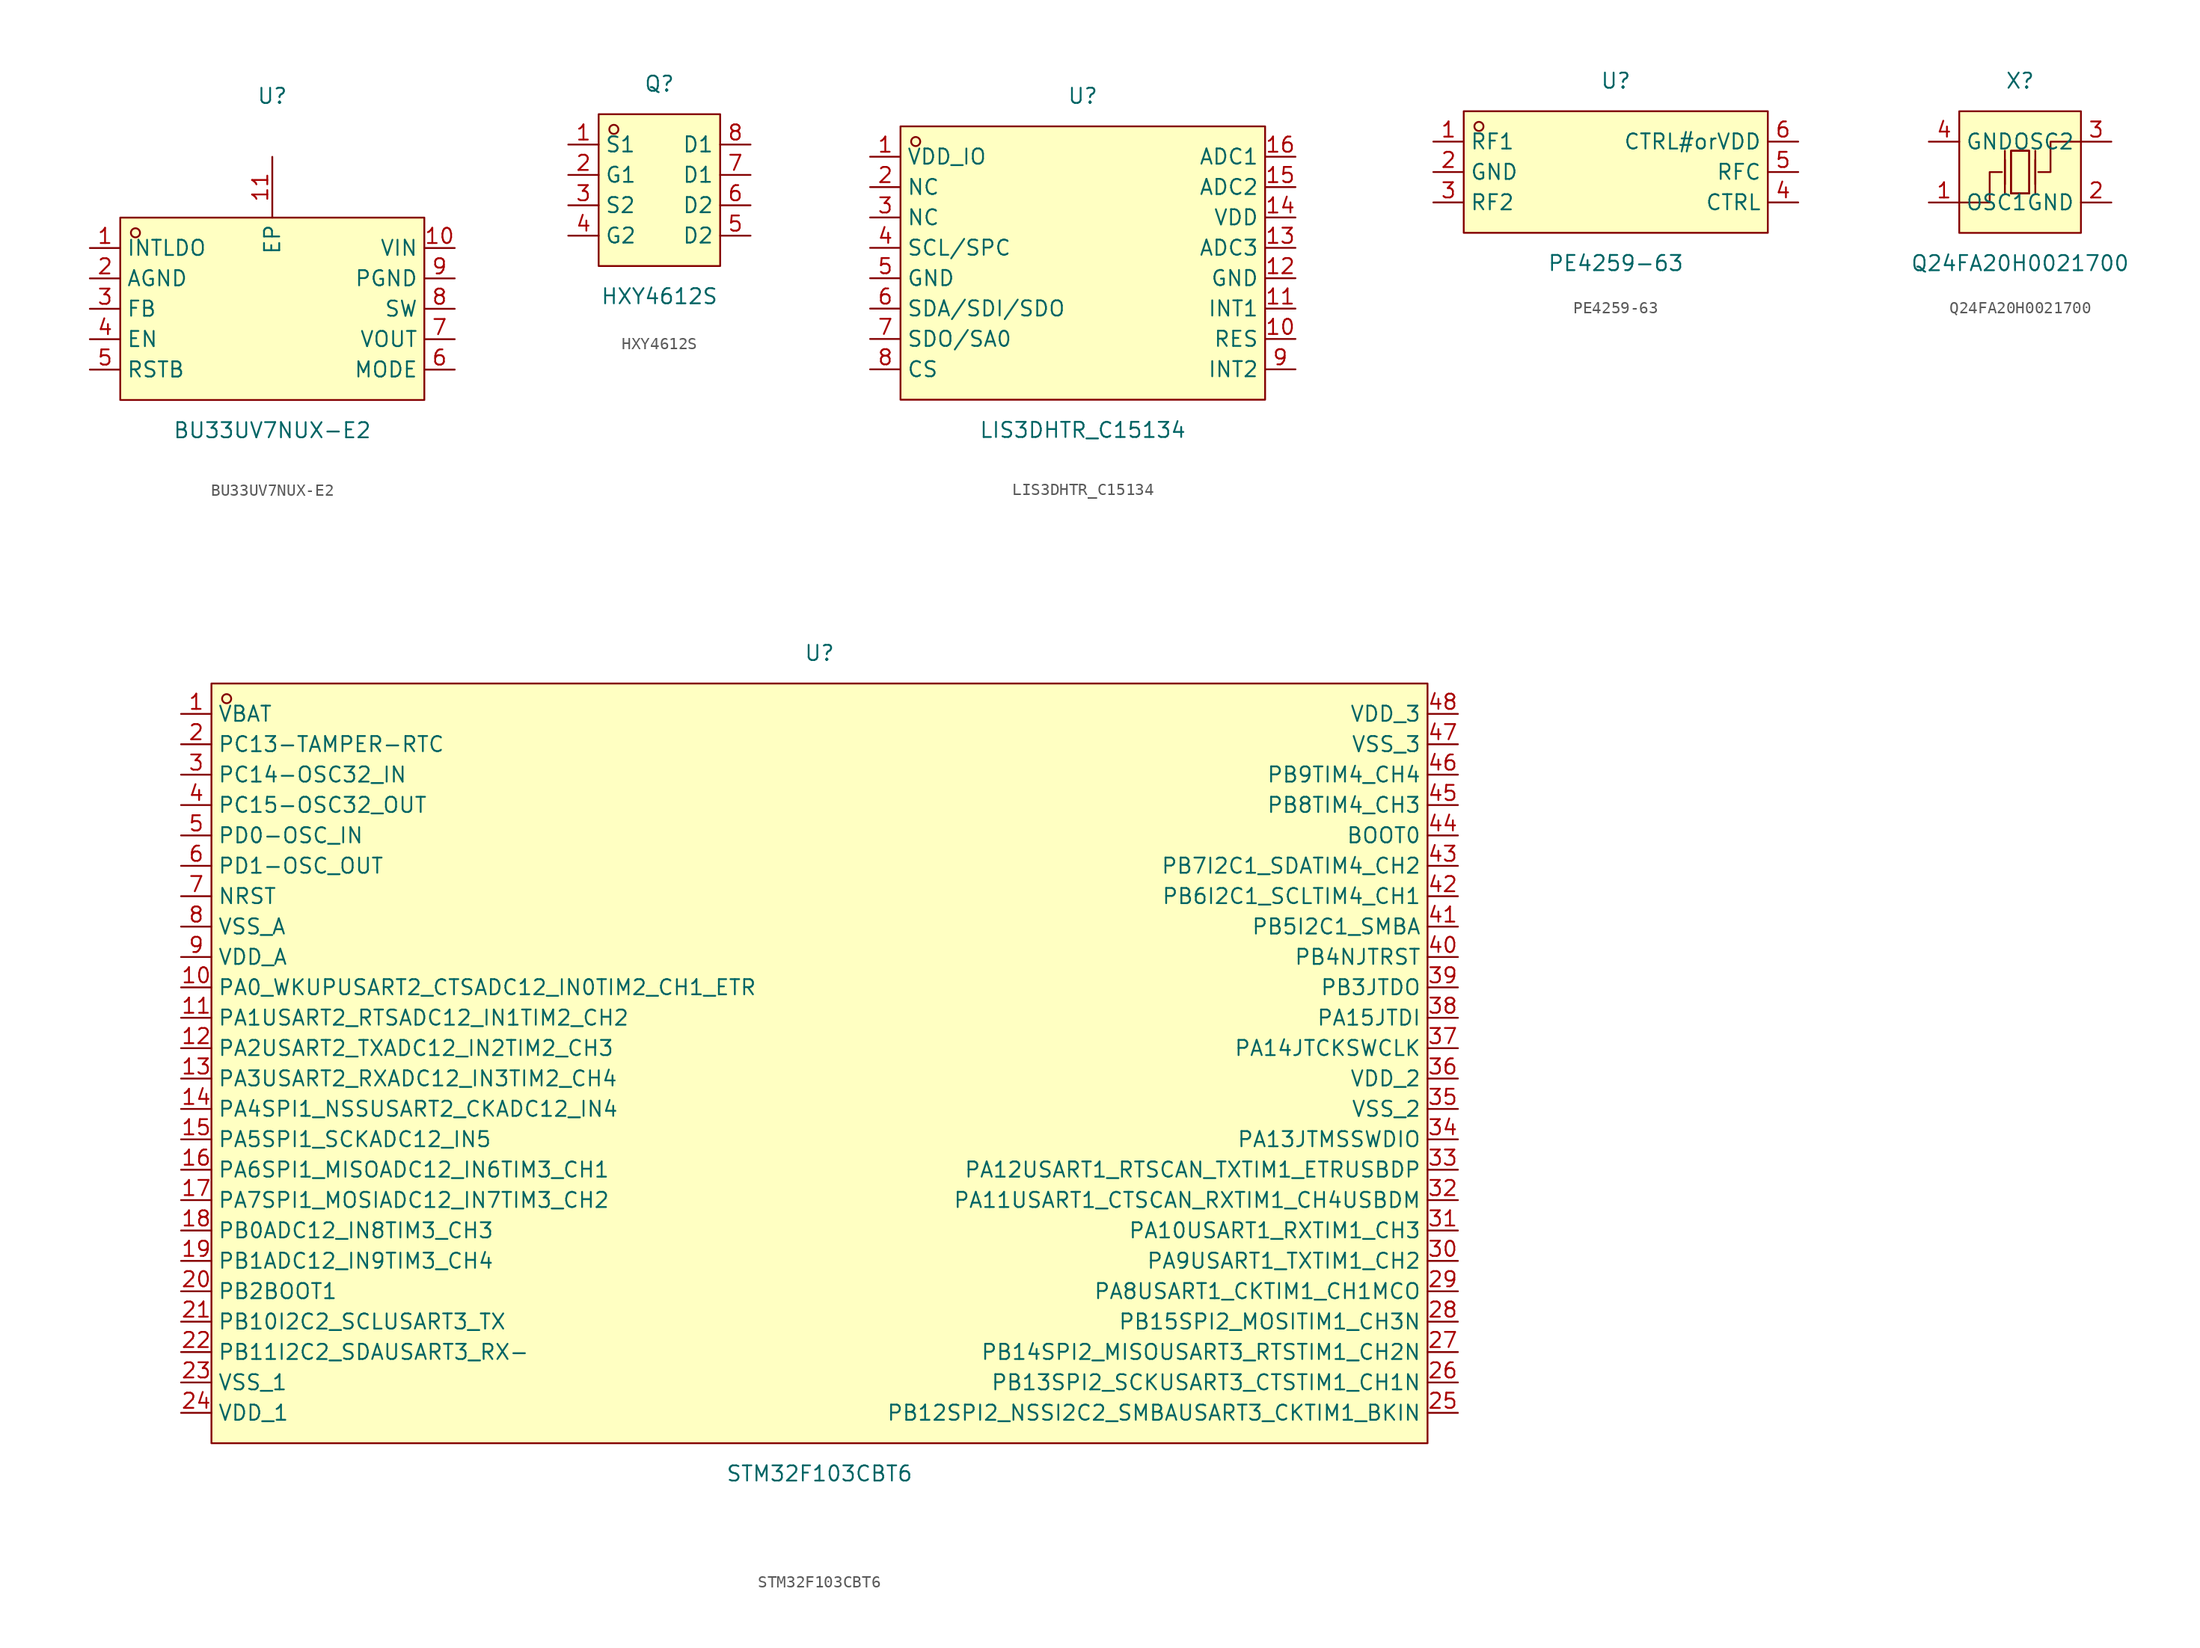
<source format=kicad_sym>
(kicad_symbol_lib
  (version 20231120)
  (generator "kicad_symbol_editor")
  (generator_version "8.0")
  (symbol "BU33UV7NUX-E2"
    (property "Reference" "U"
      (at 0 15.24 0)
      (effects (font (size 1.27 1.27))))
    (property "Value" "BU33UV7NUX-E2"
      (at 0 -12.7 0)
      (effects (font (size 1.27 1.27))))
    (symbol "BU33UV7NUX-E2_0_1"
      (rectangle (start -12.7 5.08) (end 12.7 -10.16) (stroke (width 0) (type default)) (fill (type background)))
      (circle (center -11.43 3.81) (radius 0.38) (stroke (width 0) (type default)) (fill (type none)))
      (pin unspecified line (at -15.24 2.54 0) (length 2.54) (name "INTLDO" (effects (font (size 1.27 1.27)))) (number "1" (effects (font (size 1.27 1.27)))))
      (pin unspecified line (at 15.24 2.54 180) (length 2.54) (name "VIN" (effects (font (size 1.27 1.27)))) (number "10" (effects (font (size 1.27 1.27)))))
      (pin unspecified line (at 0 10.16 270) (length 5.08) (name "EP" (effects (font (size 1.27 1.27)))) (number "11" (effects (font (size 1.27 1.27)))))
      (pin unspecified line (at -15.24 0 0) (length 2.54) (name "AGND" (effects (font (size 1.27 1.27)))) (number "2" (effects (font (size 1.27 1.27)))))
      (pin unspecified line (at -15.24 -2.54 0) (length 2.54) (name "FB" (effects (font (size 1.27 1.27)))) (number "3" (effects (font (size 1.27 1.27)))))
      (pin unspecified line (at -15.24 -5.08 0) (length 2.54) (name "EN" (effects (font (size 1.27 1.27)))) (number "4" (effects (font (size 1.27 1.27)))))
      (pin unspecified line (at -15.24 -7.62 0) (length 2.54) (name "RSTB" (effects (font (size 1.27 1.27)))) (number "5" (effects (font (size 1.27 1.27)))))
      (pin unspecified line (at 15.24 -7.62 180) (length 2.54) (name "MODE" (effects (font (size 1.27 1.27)))) (number "6" (effects (font (size 1.27 1.27)))))
      (pin unspecified line (at 15.24 -5.08 180) (length 2.54) (name "VOUT" (effects (font (size 1.27 1.27)))) (number "7" (effects (font (size 1.27 1.27)))))
      (pin unspecified line (at 15.24 -2.54 180) (length 2.54) (name "SW" (effects (font (size 1.27 1.27)))) (number "8" (effects (font (size 1.27 1.27)))))
      (pin unspecified line (at 15.24 0 180) (length 2.54) (name "PGND" (effects (font (size 1.27 1.27)))) (number "9" (effects (font (size 1.27 1.27)))))))
  (symbol "HXY4612S"
    (property "Reference" "Q"
      (at 0 10.16 0)
      (effects (font (size 1.27 1.27))))
    (property "Value" "HXY4612S"
      (at 0 -7.62 0)
      (effects (font (size 1.27 1.27))))
    (symbol "HXY4612S_0_1"
      (rectangle (start -5.08 7.62) (end 5.08 -5.08) (stroke (width 0) (type default)) (fill (type background)))
      (circle (center -3.81 6.35) (radius 0.38) (stroke (width 0) (type default)) (fill (type none)))
      (pin unspecified line (at -7.62 5.08 0) (length 2.54) (name "S1" (effects (font (size 1.27 1.27)))) (number "1" (effects (font (size 1.27 1.27)))))
      (pin unspecified line (at -7.62 2.54 0) (length 2.54) (name "G1" (effects (font (size 1.27 1.27)))) (number "2" (effects (font (size 1.27 1.27)))))
      (pin unspecified line (at -7.62 0 0) (length 2.54) (name "S2" (effects (font (size 1.27 1.27)))) (number "3" (effects (font (size 1.27 1.27)))))
      (pin unspecified line (at -7.62 -2.54 0) (length 2.54) (name "G2" (effects (font (size 1.27 1.27)))) (number "4" (effects (font (size 1.27 1.27)))))
      (pin unspecified line (at 7.62 -2.54 180) (length 2.54) (name "D2" (effects (font (size 1.27 1.27)))) (number "5" (effects (font (size 1.27 1.27)))))
      (pin unspecified line (at 7.62 0 180) (length 2.54) (name "D2" (effects (font (size 1.27 1.27)))) (number "6" (effects (font (size 1.27 1.27)))))
      (pin unspecified line (at 7.62 2.54 180) (length 2.54) (name "D1" (effects (font (size 1.27 1.27)))) (number "7" (effects (font (size 1.27 1.27)))))
      (pin unspecified line (at 7.62 5.08 180) (length 2.54) (name "D1" (effects (font (size 1.27 1.27)))) (number "8" (effects (font (size 1.27 1.27)))))))
  (symbol "LIS3DHTR_C15134"
    (property "Reference" "U"
      (at 0 13.97 0)
      (effects (font (size 1.27 1.27))))
    (property "Value" "LIS3DHTR_C15134"
      (at 0 -13.97 0)
      (effects (font (size 1.27 1.27))))
    (symbol "LIS3DHTR_C15134_0_1"
      (rectangle (start -15.24 11.43) (end 15.24 -11.43) (stroke (width 0) (type default)) (fill (type background)))
      (circle (center -13.97 10.16) (radius 0.38) (stroke (width 0) (type default)) (fill (type none)))
      (pin unspecified line (at -17.78 8.89 0) (length 2.54) (name "VDD_IO" (effects (font (size 1.27 1.27)))) (number "1" (effects (font (size 1.27 1.27)))))
      (pin unspecified line (at 17.78 -6.35 180) (length 2.54) (name "RES" (effects (font (size 1.27 1.27)))) (number "10" (effects (font (size 1.27 1.27)))))
      (pin unspecified line (at 17.78 -3.81 180) (length 2.54) (name "INT1" (effects (font (size 1.27 1.27)))) (number "11" (effects (font (size 1.27 1.27)))))
      (pin unspecified line (at 17.78 -1.27 180) (length 2.54) (name "GND" (effects (font (size 1.27 1.27)))) (number "12" (effects (font (size 1.27 1.27)))))
      (pin unspecified line (at 17.78 1.27 180) (length 2.54) (name "ADC3" (effects (font (size 1.27 1.27)))) (number "13" (effects (font (size 1.27 1.27)))))
      (pin unspecified line (at 17.78 3.81 180) (length 2.54) (name "VDD" (effects (font (size 1.27 1.27)))) (number "14" (effects (font (size 1.27 1.27)))))
      (pin unspecified line (at 17.78 6.35 180) (length 2.54) (name "ADC2" (effects (font (size 1.27 1.27)))) (number "15" (effects (font (size 1.27 1.27)))))
      (pin unspecified line (at 17.78 8.89 180) (length 2.54) (name "ADC1" (effects (font (size 1.27 1.27)))) (number "16" (effects (font (size 1.27 1.27)))))
      (pin unspecified line (at -17.78 6.35 0) (length 2.54) (name "NC" (effects (font (size 1.27 1.27)))) (number "2" (effects (font (size 1.27 1.27)))))
      (pin unspecified line (at -17.78 3.81 0) (length 2.54) (name "NC" (effects (font (size 1.27 1.27)))) (number "3" (effects (font (size 1.27 1.27)))))
      (pin unspecified line (at -17.78 1.27 0) (length 2.54) (name "SCL/SPC" (effects (font (size 1.27 1.27)))) (number "4" (effects (font (size 1.27 1.27)))))
      (pin unspecified line (at -17.78 -1.27 0) (length 2.54) (name "GND" (effects (font (size 1.27 1.27)))) (number "5" (effects (font (size 1.27 1.27)))))
      (pin unspecified line (at -17.78 -3.81 0) (length 2.54) (name "SDA/SDI/SDO" (effects (font (size 1.27 1.27)))) (number "6" (effects (font (size 1.27 1.27)))))
      (pin unspecified line (at -17.78 -6.35 0) (length 2.54) (name "SDO/SA0" (effects (font (size 1.27 1.27)))) (number "7" (effects (font (size 1.27 1.27)))))
      (pin unspecified line (at -17.78 -8.89 0) (length 2.54) (name "CS" (effects (font (size 1.27 1.27)))) (number "8" (effects (font (size 1.27 1.27)))))
      (pin unspecified line (at 17.78 -8.89 180) (length 2.54) (name "INT2" (effects (font (size 1.27 1.27)))) (number "9" (effects (font (size 1.27 1.27)))))))
  (symbol "PE4259-63"
    (property "Reference" "U"
      (at 0 7.62 0)
      (effects (font (size 1.27 1.27))))
    (property "Value" "PE4259-63"
      (at 0 -7.62 0)
      (effects (font (size 1.27 1.27))))
    (symbol "PE4259-63_0_1"
      (rectangle (start -12.7 5.08) (end 12.7 -5.08) (stroke (width 0) (type default)) (fill (type background)))
      (circle (center -11.43 3.81) (radius 0.38) (stroke (width 0) (type default)) (fill (type none)))
      (pin unspecified line (at -15.24 2.54 0) (length 2.54) (name "RF1" (effects (font (size 1.27 1.27)))) (number "1" (effects (font (size 1.27 1.27)))))
      (pin unspecified line (at -15.24 0 0) (length 2.54) (name "GND" (effects (font (size 1.27 1.27)))) (number "2" (effects (font (size 1.27 1.27)))))
      (pin unspecified line (at -15.24 -2.54 0) (length 2.54) (name "RF2" (effects (font (size 1.27 1.27)))) (number "3" (effects (font (size 1.27 1.27)))))
      (pin unspecified line (at 15.24 -2.54 180) (length 2.54) (name "CTRL" (effects (font (size 1.27 1.27)))) (number "4" (effects (font (size 1.27 1.27)))))
      (pin unspecified line (at 15.24 0 180) (length 2.54) (name "RFC" (effects (font (size 1.27 1.27)))) (number "5" (effects (font (size 1.27 1.27)))))
      (pin unspecified line (at 15.24 2.54 180) (length 2.54) (name "CTRL#orVDD" (effects (font (size 1.27 1.27)))) (number "6" (effects (font (size 1.27 1.27)))))))
  (symbol "Q24FA20H0021700"
    (property "Reference" "X"
      (at 0 7.62 0)
      (effects (font (size 1.27 1.27))))
    (property "Value" "Q24FA20H0021700"
      (at 0 -7.62 0)
      (effects (font (size 1.27 1.27))))
    (symbol "Q24FA20H0021700_0_1"
      (rectangle (start -5.08 5.08) (end 5.08 -5.08) (stroke (width 0) (type default)) (fill (type background)))
      (polyline (pts (xy -1.27 -1.78) (xy -1.27 1.78)) (stroke (width 0) (type default)) (fill (type none)))
      (polyline (pts (xy -1.27 -1.02) (xy -1.27 1.02)) (stroke (width 0) (type default)) (fill (type none)))
      (polyline (pts (xy 0.76 -1.78) (xy -0.76 -1.78)) (stroke (width 0) (type default)) (fill (type none)))
      (polyline (pts (xy 1.27 -1.78) (xy 1.27 1.78)) (stroke (width 0) (type default)) (fill (type none)))
      (polyline (pts (xy 1.27 -1.02) (xy 1.27 1.02)) (stroke (width 0) (type default)) (fill (type none)))
      (polyline (pts (xy -5.08 -2.54) (xy -2.54 -2.54) (xy -2.54 0) (xy -1.52 0)) (stroke (width 0) (type default)) (fill (type none)))
      (polyline (pts (xy -0.76 -1.78) (xy -0.76 1.78) (xy 0.76 1.78) (xy 0.76 -1.78)) (stroke (width 0) (type default)) (fill (type none)))
      (polyline (pts (xy 5.08 2.54) (xy 2.54 2.54) (xy 2.54 0) (xy 1.52 0)) (stroke (width 0) (type default)) (fill (type none)))
      (polyline (pts (xy 0.76 1.78) (xy 0.76 -1.78) (xy -0.76 -1.78) (xy -0.76 1.78) (xy 0.76 1.78)) (stroke (width 0) (type default)) (fill (type background)))
      (pin unspecified line (at -7.62 -2.54 0) (length 2.54) (name "OSC1" (effects (font (size 1.27 1.27)))) (number "1" (effects (font (size 1.27 1.27)))))
      (pin unspecified line (at 7.62 -2.54 180) (length 2.54) (name "GND" (effects (font (size 1.27 1.27)))) (number "2" (effects (font (size 1.27 1.27)))))
      (pin unspecified line (at 7.62 2.54 180) (length 2.54) (name "OSC2" (effects (font (size 1.27 1.27)))) (number "3" (effects (font (size 1.27 1.27)))))
      (pin unspecified line (at -7.62 2.54 0) (length 2.54) (name "GND" (effects (font (size 1.27 1.27)))) (number "4" (effects (font (size 1.27 1.27)))))))
  (symbol "STM32F103CBT6"
    (property "Reference" "U"
      (at 0 34.29 0)
      (effects (font (size 1.27 1.27))))
    (property "Value" "STM32F103CBT6"
      (at 0 -34.29 0)
      (effects (font (size 1.27 1.27))))
    (symbol "STM32F103CBT6_0_1"
      (rectangle (start -50.8 31.75) (end 50.8 -31.75) (stroke (width 0) (type default)) (fill (type background)))
      (circle (center -49.53 30.48) (radius 0.38) (stroke (width 0) (type default)) (fill (type none)))
      (pin unspecified line (at -53.34 29.21 0) (length 2.54) (name "VBAT" (effects (font (size 1.27 1.27)))) (number "1" (effects (font (size 1.27 1.27)))))
      (pin unspecified line (at -53.34 6.35 0) (length 2.54) (name "PA0_WKUPUSART2_CTSADC12_IN0TIM2_CH1_ETR" (effects (font (size 1.27 1.27)))) (number "10" (effects (font (size 1.27 1.27)))))
      (pin unspecified line (at -53.34 3.81 0) (length 2.54) (name "PA1USART2_RTSADC12_IN1TIM2_CH2" (effects (font (size 1.27 1.27)))) (number "11" (effects (font (size 1.27 1.27)))))
      (pin unspecified line (at -53.34 1.27 0) (length 2.54) (name "PA2USART2_TXADC12_IN2TIM2_CH3" (effects (font (size 1.27 1.27)))) (number "12" (effects (font (size 1.27 1.27)))))
      (pin unspecified line (at -53.34 -1.27 0) (length 2.54) (name "PA3USART2_RXADC12_IN3TIM2_CH4" (effects (font (size 1.27 1.27)))) (number "13" (effects (font (size 1.27 1.27)))))
      (pin unspecified line (at -53.34 -3.81 0) (length 2.54) (name "PA4SPI1_NSSUSART2_CKADC12_IN4" (effects (font (size 1.27 1.27)))) (number "14" (effects (font (size 1.27 1.27)))))
      (pin unspecified line (at -53.34 -6.35 0) (length 2.54) (name "PA5SPI1_SCKADC12_IN5" (effects (font (size 1.27 1.27)))) (number "15" (effects (font (size 1.27 1.27)))))
      (pin unspecified line (at -53.34 -8.89 0) (length 2.54) (name "PA6SPI1_MISOADC12_IN6TIM3_CH1" (effects (font (size 1.27 1.27)))) (number "16" (effects (font (size 1.27 1.27)))))
      (pin unspecified line (at -53.34 -11.43 0) (length 2.54) (name "PA7SPI1_MOSIADC12_IN7TIM3_CH2" (effects (font (size 1.27 1.27)))) (number "17" (effects (font (size 1.27 1.27)))))
      (pin unspecified line (at -53.34 -13.97 0) (length 2.54) (name "PB0ADC12_IN8TIM3_CH3" (effects (font (size 1.27 1.27)))) (number "18" (effects (font (size 1.27 1.27)))))
      (pin unspecified line (at -53.34 -16.51 0) (length 2.54) (name "PB1ADC12_IN9TIM3_CH4" (effects (font (size 1.27 1.27)))) (number "19" (effects (font (size 1.27 1.27)))))
      (pin unspecified line (at -53.34 26.67 0) (length 2.54) (name "PC13-TAMPER-RTC" (effects (font (size 1.27 1.27)))) (number "2" (effects (font (size 1.27 1.27)))))
      (pin unspecified line (at -53.34 -19.05 0) (length 2.54) (name "PB2BOOT1" (effects (font (size 1.27 1.27)))) (number "20" (effects (font (size 1.27 1.27)))))
      (pin unspecified line (at -53.34 -21.59 0) (length 2.54) (name "PB10I2C2_SCLUSART3_TX" (effects (font (size 1.27 1.27)))) (number "21" (effects (font (size 1.27 1.27)))))
      (pin unspecified line (at -53.34 -24.13 0) (length 2.54) (name "PB11I2C2_SDAUSART3_RX-" (effects (font (size 1.27 1.27)))) (number "22" (effects (font (size 1.27 1.27)))))
      (pin unspecified line (at -53.34 -26.67 0) (length 2.54) (name "VSS_1" (effects (font (size 1.27 1.27)))) (number "23" (effects (font (size 1.27 1.27)))))
      (pin unspecified line (at -53.34 -29.21 0) (length 2.54) (name "VDD_1" (effects (font (size 1.27 1.27)))) (number "24" (effects (font (size 1.27 1.27)))))
      (pin unspecified line (at 53.34 -29.21 180) (length 2.54) (name "PB12SPI2_NSSI2C2_SMBAUSART3_CKTIM1_BKIN" (effects (font (size 1.27 1.27)))) (number "25" (effects (font (size 1.27 1.27)))))
      (pin unspecified line (at 53.34 -26.67 180) (length 2.54) (name "PB13SPI2_SCKUSART3_CTSTIM1_CH1N" (effects (font (size 1.27 1.27)))) (number "26" (effects (font (size 1.27 1.27)))))
      (pin unspecified line (at 53.34 -24.13 180) (length 2.54) (name "PB14SPI2_MISOUSART3_RTSTIM1_CH2N" (effects (font (size 1.27 1.27)))) (number "27" (effects (font (size 1.27 1.27)))))
      (pin unspecified line (at 53.34 -21.59 180) (length 2.54) (name "PB15SPI2_MOSITIM1_CH3N" (effects (font (size 1.27 1.27)))) (number "28" (effects (font (size 1.27 1.27)))))
      (pin unspecified line (at 53.34 -19.05 180) (length 2.54) (name "PA8USART1_CKTIM1_CH1MCO" (effects (font (size 1.27 1.27)))) (number "29" (effects (font (size 1.27 1.27)))))
      (pin unspecified line (at -53.34 24.13 0) (length 2.54) (name "PC14-OSC32_IN" (effects (font (size 1.27 1.27)))) (number "3" (effects (font (size 1.27 1.27)))))
      (pin unspecified line (at 53.34 -16.51 180) (length 2.54) (name "PA9USART1_TXTIM1_CH2" (effects (font (size 1.27 1.27)))) (number "30" (effects (font (size 1.27 1.27)))))
      (pin unspecified line (at 53.34 -13.97 180) (length 2.54) (name "PA10USART1_RXTIM1_CH3" (effects (font (size 1.27 1.27)))) (number "31" (effects (font (size 1.27 1.27)))))
      (pin unspecified line (at 53.34 -11.43 180) (length 2.54) (name "PA11USART1_CTSCAN_RXTIM1_CH4USBDM" (effects (font (size 1.27 1.27)))) (number "32" (effects (font (size 1.27 1.27)))))
      (pin unspecified line (at 53.34 -8.89 180) (length 2.54) (name "PA12USART1_RTSCAN_TXTIM1_ETRUSBDP" (effects (font (size 1.27 1.27)))) (number "33" (effects (font (size 1.27 1.27)))))
      (pin unspecified line (at 53.34 -6.35 180) (length 2.54) (name "PA13JTMSSWDIO" (effects (font (size 1.27 1.27)))) (number "34" (effects (font (size 1.27 1.27)))))
      (pin unspecified line (at 53.34 -3.81 180) (length 2.54) (name "VSS_2" (effects (font (size 1.27 1.27)))) (number "35" (effects (font (size 1.27 1.27)))))
      (pin unspecified line (at 53.34 -1.27 180) (length 2.54) (name "VDD_2" (effects (font (size 1.27 1.27)))) (number "36" (effects (font (size 1.27 1.27)))))
      (pin unspecified line (at 53.34 1.27 180) (length 2.54) (name "PA14JTCKSWCLK" (effects (font (size 1.27 1.27)))) (number "37" (effects (font (size 1.27 1.27)))))
      (pin unspecified line (at 53.34 3.81 180) (length 2.54) (name "PA15JTDI" (effects (font (size 1.27 1.27)))) (number "38" (effects (font (size 1.27 1.27)))))
      (pin unspecified line (at 53.34 6.35 180) (length 2.54) (name "PB3JTDO" (effects (font (size 1.27 1.27)))) (number "39" (effects (font (size 1.27 1.27)))))
      (pin unspecified line (at -53.34 21.59 0) (length 2.54) (name "PC15-OSC32_OUT" (effects (font (size 1.27 1.27)))) (number "4" (effects (font (size 1.27 1.27)))))
      (pin unspecified line (at 53.34 8.89 180) (length 2.54) (name "PB4NJTRST" (effects (font (size 1.27 1.27)))) (number "40" (effects (font (size 1.27 1.27)))))
      (pin unspecified line (at 53.34 11.43 180) (length 2.54) (name "PB5I2C1_SMBA" (effects (font (size 1.27 1.27)))) (number "41" (effects (font (size 1.27 1.27)))))
      (pin unspecified line (at 53.34 13.97 180) (length 2.54) (name "PB6I2C1_SCLTIM4_CH1" (effects (font (size 1.27 1.27)))) (number "42" (effects (font (size 1.27 1.27)))))
      (pin unspecified line (at 53.34 16.51 180) (length 2.54) (name "PB7I2C1_SDATIM4_CH2" (effects (font (size 1.27 1.27)))) (number "43" (effects (font (size 1.27 1.27)))))
      (pin unspecified line (at 53.34 19.05 180) (length 2.54) (name "BOOT0" (effects (font (size 1.27 1.27)))) (number "44" (effects (font (size 1.27 1.27)))))
      (pin unspecified line (at 53.34 21.59 180) (length 2.54) (name "PB8TIM4_CH3" (effects (font (size 1.27 1.27)))) (number "45" (effects (font (size 1.27 1.27)))))
      (pin unspecified line (at 53.34 24.13 180) (length 2.54) (name "PB9TIM4_CH4" (effects (font (size 1.27 1.27)))) (number "46" (effects (font (size 1.27 1.27)))))
      (pin unspecified line (at 53.34 26.67 180) (length 2.54) (name "VSS_3" (effects (font (size 1.27 1.27)))) (number "47" (effects (font (size 1.27 1.27)))))
      (pin unspecified line (at 53.34 29.21 180) (length 2.54) (name "VDD_3" (effects (font (size 1.27 1.27)))) (number "48" (effects (font (size 1.27 1.27)))))
      (pin unspecified line (at -53.34 19.05 0) (length 2.54) (name "PD0-OSC_IN" (effects (font (size 1.27 1.27)))) (number "5" (effects (font (size 1.27 1.27)))))
      (pin unspecified line (at -53.34 16.51 0) (length 2.54) (name "PD1-OSC_OUT" (effects (font (size 1.27 1.27)))) (number "6" (effects (font (size 1.27 1.27)))))
      (pin unspecified line (at -53.34 13.97 0) (length 2.54) (name "NRST" (effects (font (size 1.27 1.27)))) (number "7" (effects (font (size 1.27 1.27)))))
      (pin unspecified line (at -53.34 11.43 0) (length 2.54) (name "VSS_A" (effects (font (size 1.27 1.27)))) (number "8" (effects (font (size 1.27 1.27)))))
      (pin unspecified line (at -53.34 8.89 0) (length 2.54) (name "VDD_A" (effects (font (size 1.27 1.27)))) (number "9" (effects (font (size 1.27 1.27))))))))
</source>
